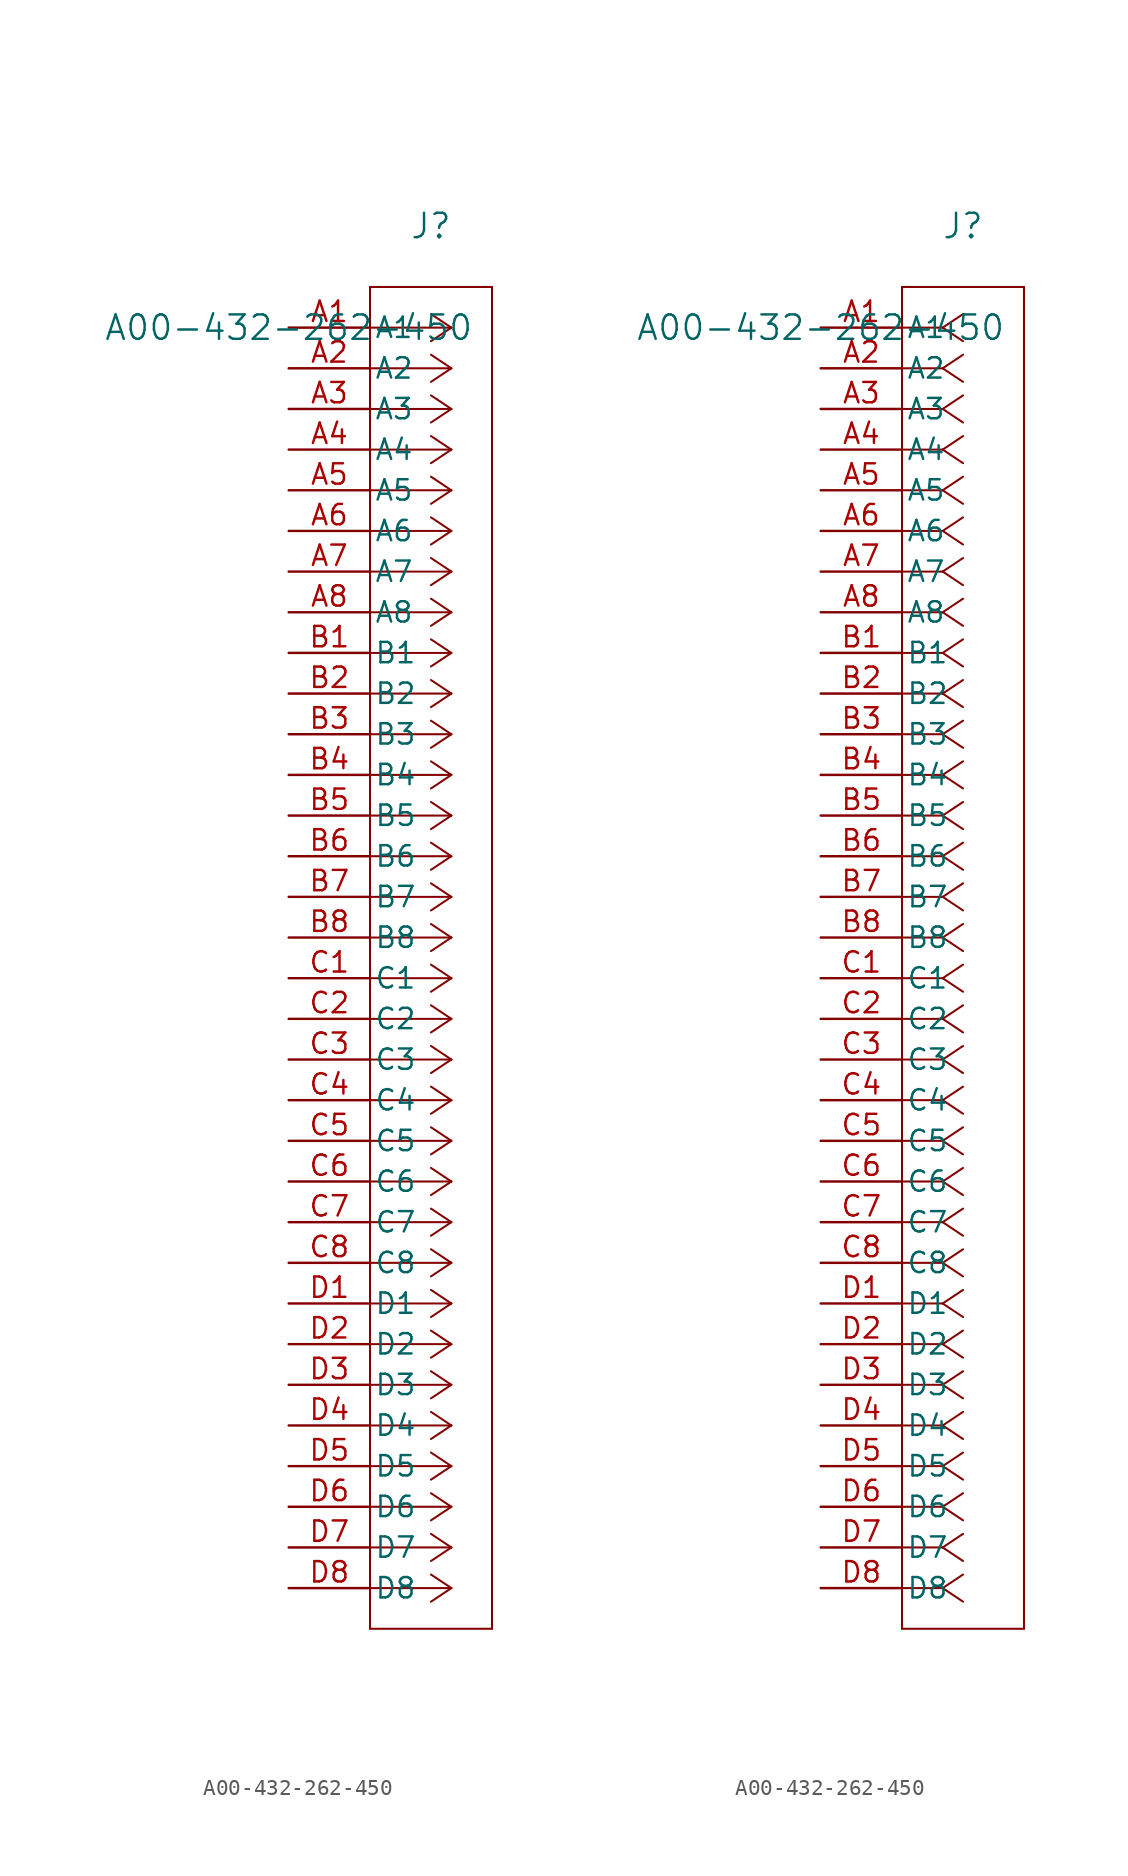
<source format=kicad_sym>
(kicad_symbol_lib
  (version 20211014)
  (generator kicad_symbol_editor)
  (symbol "A00-432-262-450"
    (pin_names
      (offset 0.254))
    (property "Reference" "J"
      (at 8.89 6.35 0)
      (effects (font (size 1.524 1.524))))
    (property "Value" "A00-432-262-450"
      (at 0 0 0)
      (effects (font (size 1.524 1.524))))
    (symbol "A00-432-262-450_1_1"
      (polyline (pts (xy 10.16 0) (xy 5.08 0)) (stroke (width 0.127) (type default) (color 0 0 0 0)) (fill (type none)))
      (polyline (pts (xy 10.16 -2.54) (xy 5.08 -2.54)) (stroke (width 0.127) (type default) (color 0 0 0 0)) (fill (type none)))
      (polyline (pts (xy 10.16 -5.08) (xy 5.08 -5.08)) (stroke (width 0.127) (type default) (color 0 0 0 0)) (fill (type none)))
      (polyline (pts (xy 10.16 -7.62) (xy 5.08 -7.62)) (stroke (width 0.127) (type default) (color 0 0 0 0)) (fill (type none)))
      (polyline (pts (xy 10.16 -10.16) (xy 5.08 -10.16)) (stroke (width 0.127) (type default) (color 0 0 0 0)) (fill (type none)))
      (polyline (pts (xy 10.16 -12.7) (xy 5.08 -12.7)) (stroke (width 0.127) (type default) (color 0 0 0 0)) (fill (type none)))
      (polyline (pts (xy 10.16 -15.24) (xy 5.08 -15.24)) (stroke (width 0.127) (type default) (color 0 0 0 0)) (fill (type none)))
      (polyline (pts (xy 10.16 -17.78) (xy 5.08 -17.78)) (stroke (width 0.127) (type default) (color 0 0 0 0)) (fill (type none)))
      (polyline (pts (xy 10.16 -20.32) (xy 5.08 -20.32)) (stroke (width 0.127) (type default) (color 0 0 0 0)) (fill (type none)))
      (polyline (pts (xy 10.16 -22.86) (xy 5.08 -22.86)) (stroke (width 0.127) (type default) (color 0 0 0 0)) (fill (type none)))
      (polyline (pts (xy 10.16 -25.4) (xy 5.08 -25.4)) (stroke (width 0.127) (type default) (color 0 0 0 0)) (fill (type none)))
      (polyline (pts (xy 10.16 -27.94) (xy 5.08 -27.94)) (stroke (width 0.127) (type default) (color 0 0 0 0)) (fill (type none)))
      (polyline (pts (xy 10.16 -30.48) (xy 5.08 -30.48)) (stroke (width 0.127) (type default) (color 0 0 0 0)) (fill (type none)))
      (polyline (pts (xy 10.16 -33.02) (xy 5.08 -33.02)) (stroke (width 0.127) (type default) (color 0 0 0 0)) (fill (type none)))
      (polyline (pts (xy 10.16 -35.56) (xy 5.08 -35.56)) (stroke (width 0.127) (type default) (color 0 0 0 0)) (fill (type none)))
      (polyline (pts (xy 10.16 -38.1) (xy 5.08 -38.1)) (stroke (width 0.127) (type default) (color 0 0 0 0)) (fill (type none)))
      (polyline (pts (xy 10.16 -40.64) (xy 5.08 -40.64)) (stroke (width 0.127) (type default) (color 0 0 0 0)) (fill (type none)))
      (polyline (pts (xy 10.16 -43.18) (xy 5.08 -43.18)) (stroke (width 0.127) (type default) (color 0 0 0 0)) (fill (type none)))
      (polyline (pts (xy 10.16 -45.72) (xy 5.08 -45.72)) (stroke (width 0.127) (type default) (color 0 0 0 0)) (fill (type none)))
      (polyline (pts (xy 10.16 -48.26) (xy 5.08 -48.26)) (stroke (width 0.127) (type default) (color 0 0 0 0)) (fill (type none)))
      (polyline (pts (xy 10.16 -50.8) (xy 5.08 -50.8)) (stroke (width 0.127) (type default) (color 0 0 0 0)) (fill (type none)))
      (polyline (pts (xy 10.16 -53.34) (xy 5.08 -53.34)) (stroke (width 0.127) (type default) (color 0 0 0 0)) (fill (type none)))
      (polyline (pts (xy 10.16 -55.88) (xy 5.08 -55.88)) (stroke (width 0.127) (type default) (color 0 0 0 0)) (fill (type none)))
      (polyline (pts (xy 10.16 -58.42) (xy 5.08 -58.42)) (stroke (width 0.127) (type default) (color 0 0 0 0)) (fill (type none)))
      (polyline (pts (xy 10.16 -60.96) (xy 5.08 -60.96)) (stroke (width 0.127) (type default) (color 0 0 0 0)) (fill (type none)))
      (polyline (pts (xy 10.16 -63.5) (xy 5.08 -63.5)) (stroke (width 0.127) (type default) (color 0 0 0 0)) (fill (type none)))
      (polyline (pts (xy 10.16 -66.04) (xy 5.08 -66.04)) (stroke (width 0.127) (type default) (color 0 0 0 0)) (fill (type none)))
      (polyline (pts (xy 10.16 -68.58) (xy 5.08 -68.58)) (stroke (width 0.127) (type default) (color 0 0 0 0)) (fill (type none)))
      (polyline (pts (xy 10.16 -71.12) (xy 5.08 -71.12)) (stroke (width 0.127) (type default) (color 0 0 0 0)) (fill (type none)))
      (polyline (pts (xy 10.16 -73.66) (xy 5.08 -73.66)) (stroke (width 0.127) (type default) (color 0 0 0 0)) (fill (type none)))
      (polyline (pts (xy 10.16 -76.2) (xy 5.08 -76.2)) (stroke (width 0.127) (type default) (color 0 0 0 0)) (fill (type none)))
      (polyline (pts (xy 10.16 -78.74) (xy 5.08 -78.74)) (stroke (width 0.127) (type default) (color 0 0 0 0)) (fill (type none)))
      (polyline (pts (xy 10.16 0) (xy 8.89 0.847)) (stroke (width 0.127) (type default) (color 0 0 0 0)) (fill (type none)))
      (polyline (pts (xy 10.16 -2.54) (xy 8.89 -1.693)) (stroke (width 0.127) (type default) (color 0 0 0 0)) (fill (type none)))
      (polyline (pts (xy 10.16 -5.08) (xy 8.89 -4.233)) (stroke (width 0.127) (type default) (color 0 0 0 0)) (fill (type none)))
      (polyline (pts (xy 10.16 -7.62) (xy 8.89 -6.773)) (stroke (width 0.127) (type default) (color 0 0 0 0)) (fill (type none)))
      (polyline (pts (xy 10.16 -10.16) (xy 8.89 -9.313)) (stroke (width 0.127) (type default) (color 0 0 0 0)) (fill (type none)))
      (polyline (pts (xy 10.16 -12.7) (xy 8.89 -11.853)) (stroke (width 0.127) (type default) (color 0 0 0 0)) (fill (type none)))
      (polyline (pts (xy 10.16 -15.24) (xy 8.89 -14.393)) (stroke (width 0.127) (type default) (color 0 0 0 0)) (fill (type none)))
      (polyline (pts (xy 10.16 -17.78) (xy 8.89 -16.933)) (stroke (width 0.127) (type default) (color 0 0 0 0)) (fill (type none)))
      (polyline (pts (xy 10.16 -20.32) (xy 8.89 -19.473)) (stroke (width 0.127) (type default) (color 0 0 0 0)) (fill (type none)))
      (polyline (pts (xy 10.16 -22.86) (xy 8.89 -22.013)) (stroke (width 0.127) (type default) (color 0 0 0 0)) (fill (type none)))
      (polyline (pts (xy 10.16 -25.4) (xy 8.89 -24.553)) (stroke (width 0.127) (type default) (color 0 0 0 0)) (fill (type none)))
      (polyline (pts (xy 10.16 -27.94) (xy 8.89 -27.093)) (stroke (width 0.127) (type default) (color 0 0 0 0)) (fill (type none)))
      (polyline (pts (xy 10.16 -30.48) (xy 8.89 -29.633)) (stroke (width 0.127) (type default) (color 0 0 0 0)) (fill (type none)))
      (polyline (pts (xy 10.16 -33.02) (xy 8.89 -32.173)) (stroke (width 0.127) (type default) (color 0 0 0 0)) (fill (type none)))
      (polyline (pts (xy 10.16 -35.56) (xy 8.89 -34.713)) (stroke (width 0.127) (type default) (color 0 0 0 0)) (fill (type none)))
      (polyline (pts (xy 10.16 -38.1) (xy 8.89 -37.253)) (stroke (width 0.127) (type default) (color 0 0 0 0)) (fill (type none)))
      (polyline (pts (xy 10.16 -40.64) (xy 8.89 -39.793)) (stroke (width 0.127) (type default) (color 0 0 0 0)) (fill (type none)))
      (polyline (pts (xy 10.16 -43.18) (xy 8.89 -42.333)) (stroke (width 0.127) (type default) (color 0 0 0 0)) (fill (type none)))
      (polyline (pts (xy 10.16 -45.72) (xy 8.89 -44.873)) (stroke (width 0.127) (type default) (color 0 0 0 0)) (fill (type none)))
      (polyline (pts (xy 10.16 -48.26) (xy 8.89 -47.413)) (stroke (width 0.127) (type default) (color 0 0 0 0)) (fill (type none)))
      (polyline (pts (xy 10.16 -50.8) (xy 8.89 -49.953)) (stroke (width 0.127) (type default) (color 0 0 0 0)) (fill (type none)))
      (polyline (pts (xy 10.16 -53.34) (xy 8.89 -52.493)) (stroke (width 0.127) (type default) (color 0 0 0 0)) (fill (type none)))
      (polyline (pts (xy 10.16 -55.88) (xy 8.89 -55.033)) (stroke (width 0.127) (type default) (color 0 0 0 0)) (fill (type none)))
      (polyline (pts (xy 10.16 -58.42) (xy 8.89 -57.573)) (stroke (width 0.127) (type default) (color 0 0 0 0)) (fill (type none)))
      (polyline (pts (xy 10.16 -60.96) (xy 8.89 -60.113)) (stroke (width 0.127) (type default) (color 0 0 0 0)) (fill (type none)))
      (polyline (pts (xy 10.16 -63.5) (xy 8.89 -62.653)) (stroke (width 0.127) (type default) (color 0 0 0 0)) (fill (type none)))
      (polyline (pts (xy 10.16 -66.04) (xy 8.89 -65.193)) (stroke (width 0.127) (type default) (color 0 0 0 0)) (fill (type none)))
      (polyline (pts (xy 10.16 -68.58) (xy 8.89 -67.733)) (stroke (width 0.127) (type default) (color 0 0 0 0)) (fill (type none)))
      (polyline (pts (xy 10.16 -71.12) (xy 8.89 -70.273)) (stroke (width 0.127) (type default) (color 0 0 0 0)) (fill (type none)))
      (polyline (pts (xy 10.16 -73.66) (xy 8.89 -72.813)) (stroke (width 0.127) (type default) (color 0 0 0 0)) (fill (type none)))
      (polyline (pts (xy 10.16 -76.2) (xy 8.89 -75.353)) (stroke (width 0.127) (type default) (color 0 0 0 0)) (fill (type none)))
      (polyline (pts (xy 10.16 -78.74) (xy 8.89 -77.893)) (stroke (width 0.127) (type default) (color 0 0 0 0)) (fill (type none)))
      (polyline (pts (xy 10.16 0) (xy 8.89 -0.847)) (stroke (width 0.127) (type default) (color 0 0 0 0)) (fill (type none)))
      (polyline (pts (xy 10.16 -2.54) (xy 8.89 -3.387)) (stroke (width 0.127) (type default) (color 0 0 0 0)) (fill (type none)))
      (polyline (pts (xy 10.16 -5.08) (xy 8.89 -5.927)) (stroke (width 0.127) (type default) (color 0 0 0 0)) (fill (type none)))
      (polyline (pts (xy 10.16 -7.62) (xy 8.89 -8.467)) (stroke (width 0.127) (type default) (color 0 0 0 0)) (fill (type none)))
      (polyline (pts (xy 10.16 -10.16) (xy 8.89 -11.007)) (stroke (width 0.127) (type default) (color 0 0 0 0)) (fill (type none)))
      (polyline (pts (xy 10.16 -12.7) (xy 8.89 -13.547)) (stroke (width 0.127) (type default) (color 0 0 0 0)) (fill (type none)))
      (polyline (pts (xy 10.16 -15.24) (xy 8.89 -16.087)) (stroke (width 0.127) (type default) (color 0 0 0 0)) (fill (type none)))
      (polyline (pts (xy 10.16 -17.78) (xy 8.89 -18.627)) (stroke (width 0.127) (type default) (color 0 0 0 0)) (fill (type none)))
      (polyline (pts (xy 10.16 -20.32) (xy 8.89 -21.167)) (stroke (width 0.127) (type default) (color 0 0 0 0)) (fill (type none)))
      (polyline (pts (xy 10.16 -22.86) (xy 8.89 -23.707)) (stroke (width 0.127) (type default) (color 0 0 0 0)) (fill (type none)))
      (polyline (pts (xy 10.16 -25.4) (xy 8.89 -26.247)) (stroke (width 0.127) (type default) (color 0 0 0 0)) (fill (type none)))
      (polyline (pts (xy 10.16 -27.94) (xy 8.89 -28.787)) (stroke (width 0.127) (type default) (color 0 0 0 0)) (fill (type none)))
      (polyline (pts (xy 10.16 -30.48) (xy 8.89 -31.327)) (stroke (width 0.127) (type default) (color 0 0 0 0)) (fill (type none)))
      (polyline (pts (xy 10.16 -33.02) (xy 8.89 -33.867)) (stroke (width 0.127) (type default) (color 0 0 0 0)) (fill (type none)))
      (polyline (pts (xy 10.16 -35.56) (xy 8.89 -36.407)) (stroke (width 0.127) (type default) (color 0 0 0 0)) (fill (type none)))
      (polyline (pts (xy 10.16 -38.1) (xy 8.89 -38.947)) (stroke (width 0.127) (type default) (color 0 0 0 0)) (fill (type none)))
      (polyline (pts (xy 10.16 -40.64) (xy 8.89 -41.487)) (stroke (width 0.127) (type default) (color 0 0 0 0)) (fill (type none)))
      (polyline (pts (xy 10.16 -43.18) (xy 8.89 -44.027)) (stroke (width 0.127) (type default) (color 0 0 0 0)) (fill (type none)))
      (polyline (pts (xy 10.16 -45.72) (xy 8.89 -46.567)) (stroke (width 0.127) (type default) (color 0 0 0 0)) (fill (type none)))
      (polyline (pts (xy 10.16 -48.26) (xy 8.89 -49.107)) (stroke (width 0.127) (type default) (color 0 0 0 0)) (fill (type none)))
      (polyline (pts (xy 10.16 -50.8) (xy 8.89 -51.647)) (stroke (width 0.127) (type default) (color 0 0 0 0)) (fill (type none)))
      (polyline (pts (xy 10.16 -53.34) (xy 8.89 -54.187)) (stroke (width 0.127) (type default) (color 0 0 0 0)) (fill (type none)))
      (polyline (pts (xy 10.16 -55.88) (xy 8.89 -56.727)) (stroke (width 0.127) (type default) (color 0 0 0 0)) (fill (type none)))
      (polyline (pts (xy 10.16 -58.42) (xy 8.89 -59.267)) (stroke (width 0.127) (type default) (color 0 0 0 0)) (fill (type none)))
      (polyline (pts (xy 10.16 -60.96) (xy 8.89 -61.807)) (stroke (width 0.127) (type default) (color 0 0 0 0)) (fill (type none)))
      (polyline (pts (xy 10.16 -63.5) (xy 8.89 -64.347)) (stroke (width 0.127) (type default) (color 0 0 0 0)) (fill (type none)))
      (polyline (pts (xy 10.16 -66.04) (xy 8.89 -66.887)) (stroke (width 0.127) (type default) (color 0 0 0 0)) (fill (type none)))
      (polyline (pts (xy 10.16 -68.58) (xy 8.89 -69.427)) (stroke (width 0.127) (type default) (color 0 0 0 0)) (fill (type none)))
      (polyline (pts (xy 10.16 -71.12) (xy 8.89 -71.967)) (stroke (width 0.127) (type default) (color 0 0 0 0)) (fill (type none)))
      (polyline (pts (xy 10.16 -73.66) (xy 8.89 -74.507)) (stroke (width 0.127) (type default) (color 0 0 0 0)) (fill (type none)))
      (polyline (pts (xy 10.16 -76.2) (xy 8.89 -77.047)) (stroke (width 0.127) (type default) (color 0 0 0 0)) (fill (type none)))
      (polyline (pts (xy 10.16 -78.74) (xy 8.89 -79.587)) (stroke (width 0.127) (type default) (color 0 0 0 0)) (fill (type none)))
      (polyline (pts (xy 5.08 2.54) (xy 5.08 -81.28)) (stroke (width 0.127) (type default) (color 0 0 0 0)) (fill (type none)))
      (polyline (pts (xy 5.08 -81.28) (xy 12.7 -81.28)) (stroke (width 0.127) (type default) (color 0 0 0 0)) (fill (type none)))
      (polyline (pts (xy 12.7 -81.28) (xy 12.7 2.54)) (stroke (width 0.127) (type default) (color 0 0 0 0)) (fill (type none)))
      (polyline (pts (xy 12.7 2.54) (xy 5.08 2.54)) (stroke (width 0.127) (type default) (color 0 0 0 0)) (fill (type none)))
      (pin unspecified line (at 0 0 0) (length 5.08) (name "A1" (effects (font (size 1.27 1.27)))) (number "A1" (effects (font (size 1.27 1.27)))))
      (pin unspecified line (at 0 -2.54 0) (length 5.08) (name "A2" (effects (font (size 1.27 1.27)))) (number "A2" (effects (font (size 1.27 1.27)))))
      (pin unspecified line (at 0 -5.08 0) (length 5.08) (name "A3" (effects (font (size 1.27 1.27)))) (number "A3" (effects (font (size 1.27 1.27)))))
      (pin unspecified line (at 0 -7.62 0) (length 5.08) (name "A4" (effects (font (size 1.27 1.27)))) (number "A4" (effects (font (size 1.27 1.27)))))
      (pin unspecified line (at 0 -10.16 0) (length 5.08) (name "A5" (effects (font (size 1.27 1.27)))) (number "A5" (effects (font (size 1.27 1.27)))))
      (pin unspecified line (at 0 -12.7 0) (length 5.08) (name "A6" (effects (font (size 1.27 1.27)))) (number "A6" (effects (font (size 1.27 1.27)))))
      (pin unspecified line (at 0 -15.24 0) (length 5.08) (name "A7" (effects (font (size 1.27 1.27)))) (number "A7" (effects (font (size 1.27 1.27)))))
      (pin unspecified line (at 0 -17.78 0) (length 5.08) (name "A8" (effects (font (size 1.27 1.27)))) (number "A8" (effects (font (size 1.27 1.27)))))
      (pin unspecified line (at 0 -20.32 0) (length 5.08) (name "B1" (effects (font (size 1.27 1.27)))) (number "B1" (effects (font (size 1.27 1.27)))))
      (pin unspecified line (at 0 -22.86 0) (length 5.08) (name "B2" (effects (font (size 1.27 1.27)))) (number "B2" (effects (font (size 1.27 1.27)))))
      (pin unspecified line (at 0 -25.4 0) (length 5.08) (name "B3" (effects (font (size 1.27 1.27)))) (number "B3" (effects (font (size 1.27 1.27)))))
      (pin unspecified line (at 0 -27.94 0) (length 5.08) (name "B4" (effects (font (size 1.27 1.27)))) (number "B4" (effects (font (size 1.27 1.27)))))
      (pin unspecified line (at 0 -30.48 0) (length 5.08) (name "B5" (effects (font (size 1.27 1.27)))) (number "B5" (effects (font (size 1.27 1.27)))))
      (pin unspecified line (at 0 -33.02 0) (length 5.08) (name "B6" (effects (font (size 1.27 1.27)))) (number "B6" (effects (font (size 1.27 1.27)))))
      (pin unspecified line (at 0 -35.56 0) (length 5.08) (name "B7" (effects (font (size 1.27 1.27)))) (number "B7" (effects (font (size 1.27 1.27)))))
      (pin unspecified line (at 0 -38.1 0) (length 5.08) (name "B8" (effects (font (size 1.27 1.27)))) (number "B8" (effects (font (size 1.27 1.27)))))
      (pin unspecified line (at 0 -40.64 0) (length 5.08) (name "C1" (effects (font (size 1.27 1.27)))) (number "C1" (effects (font (size 1.27 1.27)))))
      (pin unspecified line (at 0 -43.18 0) (length 5.08) (name "C2" (effects (font (size 1.27 1.27)))) (number "C2" (effects (font (size 1.27 1.27)))))
      (pin unspecified line (at 0 -45.72 0) (length 5.08) (name "C3" (effects (font (size 1.27 1.27)))) (number "C3" (effects (font (size 1.27 1.27)))))
      (pin unspecified line (at 0 -48.26 0) (length 5.08) (name "C4" (effects (font (size 1.27 1.27)))) (number "C4" (effects (font (size 1.27 1.27)))))
      (pin unspecified line (at 0 -50.8 0) (length 5.08) (name "C5" (effects (font (size 1.27 1.27)))) (number "C5" (effects (font (size 1.27 1.27)))))
      (pin unspecified line (at 0 -53.34 0) (length 5.08) (name "C6" (effects (font (size 1.27 1.27)))) (number "C6" (effects (font (size 1.27 1.27)))))
      (pin unspecified line (at 0 -55.88 0) (length 5.08) (name "C7" (effects (font (size 1.27 1.27)))) (number "C7" (effects (font (size 1.27 1.27)))))
      (pin unspecified line (at 0 -58.42 0) (length 5.08) (name "C8" (effects (font (size 1.27 1.27)))) (number "C8" (effects (font (size 1.27 1.27)))))
      (pin unspecified line (at 0 -60.96 0) (length 5.08) (name "D1" (effects (font (size 1.27 1.27)))) (number "D1" (effects (font (size 1.27 1.27)))))
      (pin unspecified line (at 0 -63.5 0) (length 5.08) (name "D2" (effects (font (size 1.27 1.27)))) (number "D2" (effects (font (size 1.27 1.27)))))
      (pin unspecified line (at 0 -66.04 0) (length 5.08) (name "D3" (effects (font (size 1.27 1.27)))) (number "D3" (effects (font (size 1.27 1.27)))))
      (pin unspecified line (at 0 -68.58 0) (length 5.08) (name "D4" (effects (font (size 1.27 1.27)))) (number "D4" (effects (font (size 1.27 1.27)))))
      (pin unspecified line (at 0 -71.12 0) (length 5.08) (name "D5" (effects (font (size 1.27 1.27)))) (number "D5" (effects (font (size 1.27 1.27)))))
      (pin unspecified line (at 0 -73.66 0) (length 5.08) (name "D6" (effects (font (size 1.27 1.27)))) (number "D6" (effects (font (size 1.27 1.27)))))
      (pin unspecified line (at 0 -76.2 0) (length 5.08) (name "D7" (effects (font (size 1.27 1.27)))) (number "D7" (effects (font (size 1.27 1.27)))))
      (pin unspecified line (at 0 -78.74 0) (length 5.08) (name "D8" (effects (font (size 1.27 1.27)))) (number "D8" (effects (font (size 1.27 1.27))))))
    (symbol "A00-432-262-450_1_2"
      (polyline (pts (xy 7.62 0) (xy 5.08 0)) (stroke (width 0.127) (type default) (color 0 0 0 0)) (fill (type none)))
      (polyline (pts (xy 7.62 -2.54) (xy 5.08 -2.54)) (stroke (width 0.127) (type default) (color 0 0 0 0)) (fill (type none)))
      (polyline (pts (xy 7.62 -5.08) (xy 5.08 -5.08)) (stroke (width 0.127) (type default) (color 0 0 0 0)) (fill (type none)))
      (polyline (pts (xy 7.62 -7.62) (xy 5.08 -7.62)) (stroke (width 0.127) (type default) (color 0 0 0 0)) (fill (type none)))
      (polyline (pts (xy 7.62 -10.16) (xy 5.08 -10.16)) (stroke (width 0.127) (type default) (color 0 0 0 0)) (fill (type none)))
      (polyline (pts (xy 7.62 -12.7) (xy 5.08 -12.7)) (stroke (width 0.127) (type default) (color 0 0 0 0)) (fill (type none)))
      (polyline (pts (xy 7.62 -15.24) (xy 5.08 -15.24)) (stroke (width 0.127) (type default) (color 0 0 0 0)) (fill (type none)))
      (polyline (pts (xy 7.62 -17.78) (xy 5.08 -17.78)) (stroke (width 0.127) (type default) (color 0 0 0 0)) (fill (type none)))
      (polyline (pts (xy 7.62 -20.32) (xy 5.08 -20.32)) (stroke (width 0.127) (type default) (color 0 0 0 0)) (fill (type none)))
      (polyline (pts (xy 7.62 -22.86) (xy 5.08 -22.86)) (stroke (width 0.127) (type default) (color 0 0 0 0)) (fill (type none)))
      (polyline (pts (xy 7.62 -25.4) (xy 5.08 -25.4)) (stroke (width 0.127) (type default) (color 0 0 0 0)) (fill (type none)))
      (polyline (pts (xy 7.62 -27.94) (xy 5.08 -27.94)) (stroke (width 0.127) (type default) (color 0 0 0 0)) (fill (type none)))
      (polyline (pts (xy 7.62 -30.48) (xy 5.08 -30.48)) (stroke (width 0.127) (type default) (color 0 0 0 0)) (fill (type none)))
      (polyline (pts (xy 7.62 -33.02) (xy 5.08 -33.02)) (stroke (width 0.127) (type default) (color 0 0 0 0)) (fill (type none)))
      (polyline (pts (xy 7.62 -35.56) (xy 5.08 -35.56)) (stroke (width 0.127) (type default) (color 0 0 0 0)) (fill (type none)))
      (polyline (pts (xy 7.62 -38.1) (xy 5.08 -38.1)) (stroke (width 0.127) (type default) (color 0 0 0 0)) (fill (type none)))
      (polyline (pts (xy 7.62 -40.64) (xy 5.08 -40.64)) (stroke (width 0.127) (type default) (color 0 0 0 0)) (fill (type none)))
      (polyline (pts (xy 7.62 -43.18) (xy 5.08 -43.18)) (stroke (width 0.127) (type default) (color 0 0 0 0)) (fill (type none)))
      (polyline (pts (xy 7.62 -45.72) (xy 5.08 -45.72)) (stroke (width 0.127) (type default) (color 0 0 0 0)) (fill (type none)))
      (polyline (pts (xy 7.62 -48.26) (xy 5.08 -48.26)) (stroke (width 0.127) (type default) (color 0 0 0 0)) (fill (type none)))
      (polyline (pts (xy 7.62 -50.8) (xy 5.08 -50.8)) (stroke (width 0.127) (type default) (color 0 0 0 0)) (fill (type none)))
      (polyline (pts (xy 7.62 -53.34) (xy 5.08 -53.34)) (stroke (width 0.127) (type default) (color 0 0 0 0)) (fill (type none)))
      (polyline (pts (xy 7.62 -55.88) (xy 5.08 -55.88)) (stroke (width 0.127) (type default) (color 0 0 0 0)) (fill (type none)))
      (polyline (pts (xy 7.62 -58.42) (xy 5.08 -58.42)) (stroke (width 0.127) (type default) (color 0 0 0 0)) (fill (type none)))
      (polyline (pts (xy 7.62 -60.96) (xy 5.08 -60.96)) (stroke (width 0.127) (type default) (color 0 0 0 0)) (fill (type none)))
      (polyline (pts (xy 7.62 -63.5) (xy 5.08 -63.5)) (stroke (width 0.127) (type default) (color 0 0 0 0)) (fill (type none)))
      (polyline (pts (xy 7.62 -66.04) (xy 5.08 -66.04)) (stroke (width 0.127) (type default) (color 0 0 0 0)) (fill (type none)))
      (polyline (pts (xy 7.62 -68.58) (xy 5.08 -68.58)) (stroke (width 0.127) (type default) (color 0 0 0 0)) (fill (type none)))
      (polyline (pts (xy 7.62 -71.12) (xy 5.08 -71.12)) (stroke (width 0.127) (type default) (color 0 0 0 0)) (fill (type none)))
      (polyline (pts (xy 7.62 -73.66) (xy 5.08 -73.66)) (stroke (width 0.127) (type default) (color 0 0 0 0)) (fill (type none)))
      (polyline (pts (xy 7.62 -76.2) (xy 5.08 -76.2)) (stroke (width 0.127) (type default) (color 0 0 0 0)) (fill (type none)))
      (polyline (pts (xy 7.62 -78.74) (xy 5.08 -78.74)) (stroke (width 0.127) (type default) (color 0 0 0 0)) (fill (type none)))
      (polyline (pts (xy 7.62 0) (xy 8.89 0.847)) (stroke (width 0.127) (type default) (color 0 0 0 0)) (fill (type none)))
      (polyline (pts (xy 7.62 -2.54) (xy 8.89 -1.693)) (stroke (width 0.127) (type default) (color 0 0 0 0)) (fill (type none)))
      (polyline (pts (xy 7.62 -5.08) (xy 8.89 -4.233)) (stroke (width 0.127) (type default) (color 0 0 0 0)) (fill (type none)))
      (polyline (pts (xy 7.62 -7.62) (xy 8.89 -6.773)) (stroke (width 0.127) (type default) (color 0 0 0 0)) (fill (type none)))
      (polyline (pts (xy 7.62 -10.16) (xy 8.89 -9.313)) (stroke (width 0.127) (type default) (color 0 0 0 0)) (fill (type none)))
      (polyline (pts (xy 7.62 -12.7) (xy 8.89 -11.853)) (stroke (width 0.127) (type default) (color 0 0 0 0)) (fill (type none)))
      (polyline (pts (xy 7.62 -15.24) (xy 8.89 -14.393)) (stroke (width 0.127) (type default) (color 0 0 0 0)) (fill (type none)))
      (polyline (pts (xy 7.62 -17.78) (xy 8.89 -16.933)) (stroke (width 0.127) (type default) (color 0 0 0 0)) (fill (type none)))
      (polyline (pts (xy 7.62 -20.32) (xy 8.89 -19.473)) (stroke (width 0.127) (type default) (color 0 0 0 0)) (fill (type none)))
      (polyline (pts (xy 7.62 -22.86) (xy 8.89 -22.013)) (stroke (width 0.127) (type default) (color 0 0 0 0)) (fill (type none)))
      (polyline (pts (xy 7.62 -25.4) (xy 8.89 -24.553)) (stroke (width 0.127) (type default) (color 0 0 0 0)) (fill (type none)))
      (polyline (pts (xy 7.62 -27.94) (xy 8.89 -27.093)) (stroke (width 0.127) (type default) (color 0 0 0 0)) (fill (type none)))
      (polyline (pts (xy 7.62 -30.48) (xy 8.89 -29.633)) (stroke (width 0.127) (type default) (color 0 0 0 0)) (fill (type none)))
      (polyline (pts (xy 7.62 -33.02) (xy 8.89 -32.173)) (stroke (width 0.127) (type default) (color 0 0 0 0)) (fill (type none)))
      (polyline (pts (xy 7.62 -35.56) (xy 8.89 -34.713)) (stroke (width 0.127) (type default) (color 0 0 0 0)) (fill (type none)))
      (polyline (pts (xy 7.62 -38.1) (xy 8.89 -37.253)) (stroke (width 0.127) (type default) (color 0 0 0 0)) (fill (type none)))
      (polyline (pts (xy 7.62 -40.64) (xy 8.89 -39.793)) (stroke (width 0.127) (type default) (color 0 0 0 0)) (fill (type none)))
      (polyline (pts (xy 7.62 -43.18) (xy 8.89 -42.333)) (stroke (width 0.127) (type default) (color 0 0 0 0)) (fill (type none)))
      (polyline (pts (xy 7.62 -45.72) (xy 8.89 -44.873)) (stroke (width 0.127) (type default) (color 0 0 0 0)) (fill (type none)))
      (polyline (pts (xy 7.62 -48.26) (xy 8.89 -47.413)) (stroke (width 0.127) (type default) (color 0 0 0 0)) (fill (type none)))
      (polyline (pts (xy 7.62 -50.8) (xy 8.89 -49.953)) (stroke (width 0.127) (type default) (color 0 0 0 0)) (fill (type none)))
      (polyline (pts (xy 7.62 -53.34) (xy 8.89 -52.493)) (stroke (width 0.127) (type default) (color 0 0 0 0)) (fill (type none)))
      (polyline (pts (xy 7.62 -55.88) (xy 8.89 -55.033)) (stroke (width 0.127) (type default) (color 0 0 0 0)) (fill (type none)))
      (polyline (pts (xy 7.62 -58.42) (xy 8.89 -57.573)) (stroke (width 0.127) (type default) (color 0 0 0 0)) (fill (type none)))
      (polyline (pts (xy 7.62 -60.96) (xy 8.89 -60.113)) (stroke (width 0.127) (type default) (color 0 0 0 0)) (fill (type none)))
      (polyline (pts (xy 7.62 -63.5) (xy 8.89 -62.653)) (stroke (width 0.127) (type default) (color 0 0 0 0)) (fill (type none)))
      (polyline (pts (xy 7.62 -66.04) (xy 8.89 -65.193)) (stroke (width 0.127) (type default) (color 0 0 0 0)) (fill (type none)))
      (polyline (pts (xy 7.62 -68.58) (xy 8.89 -67.733)) (stroke (width 0.127) (type default) (color 0 0 0 0)) (fill (type none)))
      (polyline (pts (xy 7.62 -71.12) (xy 8.89 -70.273)) (stroke (width 0.127) (type default) (color 0 0 0 0)) (fill (type none)))
      (polyline (pts (xy 7.62 -73.66) (xy 8.89 -72.813)) (stroke (width 0.127) (type default) (color 0 0 0 0)) (fill (type none)))
      (polyline (pts (xy 7.62 -76.2) (xy 8.89 -75.353)) (stroke (width 0.127) (type default) (color 0 0 0 0)) (fill (type none)))
      (polyline (pts (xy 7.62 -78.74) (xy 8.89 -77.893)) (stroke (width 0.127) (type default) (color 0 0 0 0)) (fill (type none)))
      (polyline (pts (xy 7.62 0) (xy 8.89 -0.847)) (stroke (width 0.127) (type default) (color 0 0 0 0)) (fill (type none)))
      (polyline (pts (xy 7.62 -2.54) (xy 8.89 -3.387)) (stroke (width 0.127) (type default) (color 0 0 0 0)) (fill (type none)))
      (polyline (pts (xy 7.62 -5.08) (xy 8.89 -5.927)) (stroke (width 0.127) (type default) (color 0 0 0 0)) (fill (type none)))
      (polyline (pts (xy 7.62 -7.62) (xy 8.89 -8.467)) (stroke (width 0.127) (type default) (color 0 0 0 0)) (fill (type none)))
      (polyline (pts (xy 7.62 -10.16) (xy 8.89 -11.007)) (stroke (width 0.127) (type default) (color 0 0 0 0)) (fill (type none)))
      (polyline (pts (xy 7.62 -12.7) (xy 8.89 -13.547)) (stroke (width 0.127) (type default) (color 0 0 0 0)) (fill (type none)))
      (polyline (pts (xy 7.62 -15.24) (xy 8.89 -16.087)) (stroke (width 0.127) (type default) (color 0 0 0 0)) (fill (type none)))
      (polyline (pts (xy 7.62 -17.78) (xy 8.89 -18.627)) (stroke (width 0.127) (type default) (color 0 0 0 0)) (fill (type none)))
      (polyline (pts (xy 7.62 -20.32) (xy 8.89 -21.167)) (stroke (width 0.127) (type default) (color 0 0 0 0)) (fill (type none)))
      (polyline (pts (xy 7.62 -22.86) (xy 8.89 -23.707)) (stroke (width 0.127) (type default) (color 0 0 0 0)) (fill (type none)))
      (polyline (pts (xy 7.62 -25.4) (xy 8.89 -26.247)) (stroke (width 0.127) (type default) (color 0 0 0 0)) (fill (type none)))
      (polyline (pts (xy 7.62 -27.94) (xy 8.89 -28.787)) (stroke (width 0.127) (type default) (color 0 0 0 0)) (fill (type none)))
      (polyline (pts (xy 7.62 -30.48) (xy 8.89 -31.327)) (stroke (width 0.127) (type default) (color 0 0 0 0)) (fill (type none)))
      (polyline (pts (xy 7.62 -33.02) (xy 8.89 -33.867)) (stroke (width 0.127) (type default) (color 0 0 0 0)) (fill (type none)))
      (polyline (pts (xy 7.62 -35.56) (xy 8.89 -36.407)) (stroke (width 0.127) (type default) (color 0 0 0 0)) (fill (type none)))
      (polyline (pts (xy 7.62 -38.1) (xy 8.89 -38.947)) (stroke (width 0.127) (type default) (color 0 0 0 0)) (fill (type none)))
      (polyline (pts (xy 7.62 -40.64) (xy 8.89 -41.487)) (stroke (width 0.127) (type default) (color 0 0 0 0)) (fill (type none)))
      (polyline (pts (xy 7.62 -43.18) (xy 8.89 -44.027)) (stroke (width 0.127) (type default) (color 0 0 0 0)) (fill (type none)))
      (polyline (pts (xy 7.62 -45.72) (xy 8.89 -46.567)) (stroke (width 0.127) (type default) (color 0 0 0 0)) (fill (type none)))
      (polyline (pts (xy 7.62 -48.26) (xy 8.89 -49.107)) (stroke (width 0.127) (type default) (color 0 0 0 0)) (fill (type none)))
      (polyline (pts (xy 7.62 -50.8) (xy 8.89 -51.647)) (stroke (width 0.127) (type default) (color 0 0 0 0)) (fill (type none)))
      (polyline (pts (xy 7.62 -53.34) (xy 8.89 -54.187)) (stroke (width 0.127) (type default) (color 0 0 0 0)) (fill (type none)))
      (polyline (pts (xy 7.62 -55.88) (xy 8.89 -56.727)) (stroke (width 0.127) (type default) (color 0 0 0 0)) (fill (type none)))
      (polyline (pts (xy 7.62 -58.42) (xy 8.89 -59.267)) (stroke (width 0.127) (type default) (color 0 0 0 0)) (fill (type none)))
      (polyline (pts (xy 7.62 -60.96) (xy 8.89 -61.807)) (stroke (width 0.127) (type default) (color 0 0 0 0)) (fill (type none)))
      (polyline (pts (xy 7.62 -63.5) (xy 8.89 -64.347)) (stroke (width 0.127) (type default) (color 0 0 0 0)) (fill (type none)))
      (polyline (pts (xy 7.62 -66.04) (xy 8.89 -66.887)) (stroke (width 0.127) (type default) (color 0 0 0 0)) (fill (type none)))
      (polyline (pts (xy 7.62 -68.58) (xy 8.89 -69.427)) (stroke (width 0.127) (type default) (color 0 0 0 0)) (fill (type none)))
      (polyline (pts (xy 7.62 -71.12) (xy 8.89 -71.967)) (stroke (width 0.127) (type default) (color 0 0 0 0)) (fill (type none)))
      (polyline (pts (xy 7.62 -73.66) (xy 8.89 -74.507)) (stroke (width 0.127) (type default) (color 0 0 0 0)) (fill (type none)))
      (polyline (pts (xy 7.62 -76.2) (xy 8.89 -77.047)) (stroke (width 0.127) (type default) (color 0 0 0 0)) (fill (type none)))
      (polyline (pts (xy 7.62 -78.74) (xy 8.89 -79.587)) (stroke (width 0.127) (type default) (color 0 0 0 0)) (fill (type none)))
      (polyline (pts (xy 5.08 2.54) (xy 5.08 -81.28)) (stroke (width 0.127) (type default) (color 0 0 0 0)) (fill (type none)))
      (polyline (pts (xy 5.08 -81.28) (xy 12.7 -81.28)) (stroke (width 0.127) (type default) (color 0 0 0 0)) (fill (type none)))
      (polyline (pts (xy 12.7 -81.28) (xy 12.7 2.54)) (stroke (width 0.127) (type default) (color 0 0 0 0)) (fill (type none)))
      (polyline (pts (xy 12.7 2.54) (xy 5.08 2.54)) (stroke (width 0.127) (type default) (color 0 0 0 0)) (fill (type none)))
      (pin unspecified line (at 0 0 0) (length 5.08) (name "A1" (effects (font (size 1.27 1.27)))) (number "A1" (effects (font (size 1.27 1.27)))))
      (pin unspecified line (at 0 -2.54 0) (length 5.08) (name "A2" (effects (font (size 1.27 1.27)))) (number "A2" (effects (font (size 1.27 1.27)))))
      (pin unspecified line (at 0 -5.08 0) (length 5.08) (name "A3" (effects (font (size 1.27 1.27)))) (number "A3" (effects (font (size 1.27 1.27)))))
      (pin unspecified line (at 0 -7.62 0) (length 5.08) (name "A4" (effects (font (size 1.27 1.27)))) (number "A4" (effects (font (size 1.27 1.27)))))
      (pin unspecified line (at 0 -10.16 0) (length 5.08) (name "A5" (effects (font (size 1.27 1.27)))) (number "A5" (effects (font (size 1.27 1.27)))))
      (pin unspecified line (at 0 -12.7 0) (length 5.08) (name "A6" (effects (font (size 1.27 1.27)))) (number "A6" (effects (font (size 1.27 1.27)))))
      (pin unspecified line (at 0 -15.24 0) (length 5.08) (name "A7" (effects (font (size 1.27 1.27)))) (number "A7" (effects (font (size 1.27 1.27)))))
      (pin unspecified line (at 0 -17.78 0) (length 5.08) (name "A8" (effects (font (size 1.27 1.27)))) (number "A8" (effects (font (size 1.27 1.27)))))
      (pin unspecified line (at 0 -20.32 0) (length 5.08) (name "B1" (effects (font (size 1.27 1.27)))) (number "B1" (effects (font (size 1.27 1.27)))))
      (pin unspecified line (at 0 -22.86 0) (length 5.08) (name "B2" (effects (font (size 1.27 1.27)))) (number "B2" (effects (font (size 1.27 1.27)))))
      (pin unspecified line (at 0 -25.4 0) (length 5.08) (name "B3" (effects (font (size 1.27 1.27)))) (number "B3" (effects (font (size 1.27 1.27)))))
      (pin unspecified line (at 0 -27.94 0) (length 5.08) (name "B4" (effects (font (size 1.27 1.27)))) (number "B4" (effects (font (size 1.27 1.27)))))
      (pin unspecified line (at 0 -30.48 0) (length 5.08) (name "B5" (effects (font (size 1.27 1.27)))) (number "B5" (effects (font (size 1.27 1.27)))))
      (pin unspecified line (at 0 -33.02 0) (length 5.08) (name "B6" (effects (font (size 1.27 1.27)))) (number "B6" (effects (font (size 1.27 1.27)))))
      (pin unspecified line (at 0 -35.56 0) (length 5.08) (name "B7" (effects (font (size 1.27 1.27)))) (number "B7" (effects (font (size 1.27 1.27)))))
      (pin unspecified line (at 0 -38.1 0) (length 5.08) (name "B8" (effects (font (size 1.27 1.27)))) (number "B8" (effects (font (size 1.27 1.27)))))
      (pin unspecified line (at 0 -40.64 0) (length 5.08) (name "C1" (effects (font (size 1.27 1.27)))) (number "C1" (effects (font (size 1.27 1.27)))))
      (pin unspecified line (at 0 -43.18 0) (length 5.08) (name "C2" (effects (font (size 1.27 1.27)))) (number "C2" (effects (font (size 1.27 1.27)))))
      (pin unspecified line (at 0 -45.72 0) (length 5.08) (name "C3" (effects (font (size 1.27 1.27)))) (number "C3" (effects (font (size 1.27 1.27)))))
      (pin unspecified line (at 0 -48.26 0) (length 5.08) (name "C4" (effects (font (size 1.27 1.27)))) (number "C4" (effects (font (size 1.27 1.27)))))
      (pin unspecified line (at 0 -50.8 0) (length 5.08) (name "C5" (effects (font (size 1.27 1.27)))) (number "C5" (effects (font (size 1.27 1.27)))))
      (pin unspecified line (at 0 -53.34 0) (length 5.08) (name "C6" (effects (font (size 1.27 1.27)))) (number "C6" (effects (font (size 1.27 1.27)))))
      (pin unspecified line (at 0 -55.88 0) (length 5.08) (name "C7" (effects (font (size 1.27 1.27)))) (number "C7" (effects (font (size 1.27 1.27)))))
      (pin unspecified line (at 0 -58.42 0) (length 5.08) (name "C8" (effects (font (size 1.27 1.27)))) (number "C8" (effects (font (size 1.27 1.27)))))
      (pin unspecified line (at 0 -60.96 0) (length 5.08) (name "D1" (effects (font (size 1.27 1.27)))) (number "D1" (effects (font (size 1.27 1.27)))))
      (pin unspecified line (at 0 -63.5 0) (length 5.08) (name "D2" (effects (font (size 1.27 1.27)))) (number "D2" (effects (font (size 1.27 1.27)))))
      (pin unspecified line (at 0 -66.04 0) (length 5.08) (name "D3" (effects (font (size 1.27 1.27)))) (number "D3" (effects (font (size 1.27 1.27)))))
      (pin unspecified line (at 0 -68.58 0) (length 5.08) (name "D4" (effects (font (size 1.27 1.27)))) (number "D4" (effects (font (size 1.27 1.27)))))
      (pin unspecified line (at 0 -71.12 0) (length 5.08) (name "D5" (effects (font (size 1.27 1.27)))) (number "D5" (effects (font (size 1.27 1.27)))))
      (pin unspecified line (at 0 -73.66 0) (length 5.08) (name "D6" (effects (font (size 1.27 1.27)))) (number "D6" (effects (font (size 1.27 1.27)))))
      (pin unspecified line (at 0 -76.2 0) (length 5.08) (name "D7" (effects (font (size 1.27 1.27)))) (number "D7" (effects (font (size 1.27 1.27)))))
      (pin unspecified line (at 0 -78.74 0) (length 5.08) (name "D8" (effects (font (size 1.27 1.27)))) (number "D8" (effects (font (size 1.27 1.27))))))))
</source>
